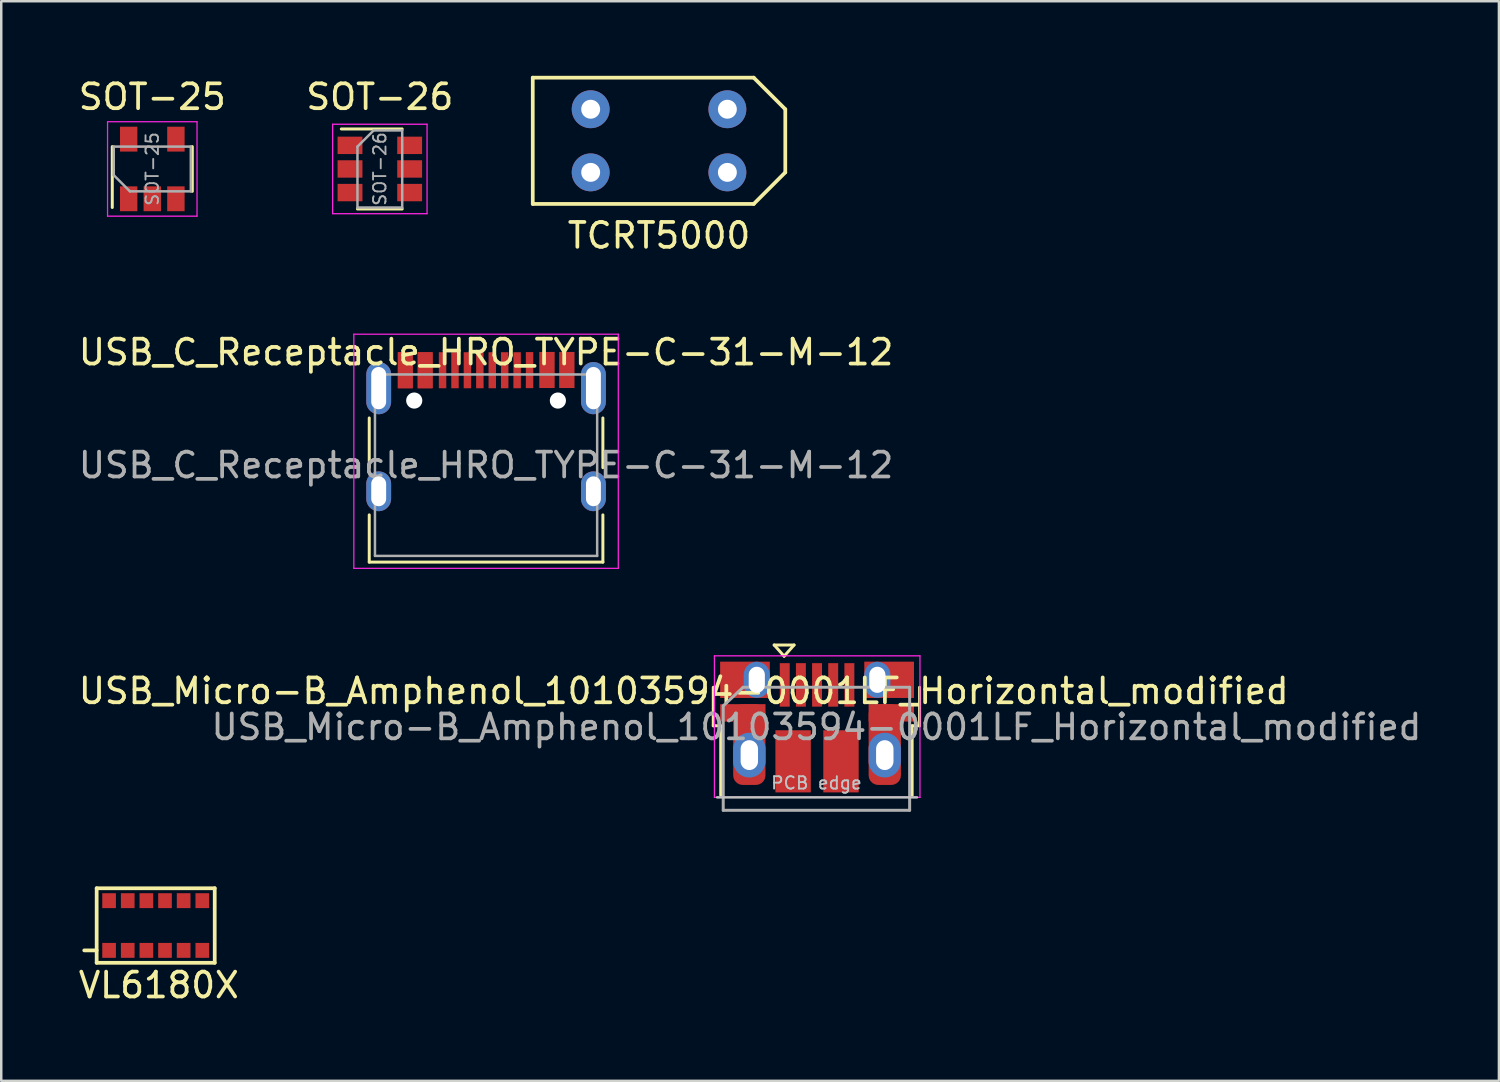
<source format=kicad_pcb>
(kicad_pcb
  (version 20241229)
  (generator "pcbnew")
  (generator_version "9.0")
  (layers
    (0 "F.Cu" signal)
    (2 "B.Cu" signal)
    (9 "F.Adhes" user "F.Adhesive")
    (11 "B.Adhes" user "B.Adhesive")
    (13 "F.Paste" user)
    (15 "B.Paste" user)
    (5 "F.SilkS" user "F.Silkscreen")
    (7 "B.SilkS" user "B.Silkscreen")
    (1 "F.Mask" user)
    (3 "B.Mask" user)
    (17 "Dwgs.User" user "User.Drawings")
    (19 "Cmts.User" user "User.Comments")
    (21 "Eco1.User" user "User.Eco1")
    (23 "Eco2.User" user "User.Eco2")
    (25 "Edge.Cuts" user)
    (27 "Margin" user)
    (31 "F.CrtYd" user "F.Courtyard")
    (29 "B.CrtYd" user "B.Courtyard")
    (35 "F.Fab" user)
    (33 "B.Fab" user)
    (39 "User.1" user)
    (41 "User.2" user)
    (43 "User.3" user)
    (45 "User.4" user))
  (footprint "SOT-25"
    (layer "F.Cu")
    (at 3.077 3.748)
    (property "Reference" "SOT-25" (at 0 -2.9 0) (layer "F.SilkS") (effects (font (size 1 1) (thickness 0.15))))
    (attr smd)
    (fp_line (start -1.61 -0.9) (end -1.61 1.55) (stroke (width 0.12) (type solid)) (layer "F.SilkS"))
    (fp_line (start 1.61 0.9) (end 1.61 -0.9) (stroke (width 0.12) (type solid)) (layer "F.SilkS"))
    (fp_line (start -1.8 -1.9) (end 1.8 -1.9) (stroke (width 0.05) (type solid)) (layer "F.CrtYd"))
    (fp_line (start -1.8 1.9) (end -1.8 -1.9) (stroke (width 0.05) (type solid)) (layer "F.CrtYd"))
    (fp_line (start 1.8 -1.9) (end 1.8 1.9) (stroke (width 0.05) (type solid)) (layer "F.CrtYd"))
    (fp_line (start 1.8 1.9) (end -1.8 1.9) (stroke (width 0.05) (type solid)) (layer "F.CrtYd"))
    (fp_line (start -1.55 -0.9) (end -1.55 0.25) (stroke (width 0.1) (type solid)) (layer "F.Fab"))
    (fp_line (start -1.55 -0.9) (end 1.55 -0.9) (stroke (width 0.1) (type solid)) (layer "F.Fab"))
    (fp_line (start -0.9 0.9) (end -1.55 0.25) (stroke (width 0.1) (type solid)) (layer "F.Fab"))
    (fp_line (start -0.9 0.9) (end 1.55 0.9) (stroke (width 0.1) (type solid)) (layer "F.Fab"))
    (fp_line (start 1.55 -0.9) (end 1.55 0.9) (stroke (width 0.1) (type solid)) (layer "F.Fab"))
    (fp_text user "${REFERENCE}" (at 0 0 90) (layer "F.Fab") (effects (font (size 0.5 0.5) (thickness 0.075))))
    (pad "1" smd rect (at -0.95 1.2 90) (size 1 0.7) (layers "F.Cu" "F.Mask" "F.Paste"))
    (pad "2" smd rect (at 0 1.2 90) (size 1 0.7) (layers "F.Cu" "F.Mask" "F.Paste"))
    (pad "3" smd rect (at 0.95 1.2 90) (size 1 0.7) (layers "F.Cu" "F.Mask" "F.Paste"))
    (pad "4" smd rect (at 0.95 -1.2 90) (size 1 0.7) (layers "F.Cu" "F.Mask" "F.Paste"))
    (pad "5" smd rect (at -0.95 -1.2 90) (size 1 0.7) (layers "F.Cu" "F.Mask" "F.Paste")))
  (footprint "SOT-26"
    (layer "F.Cu")
    (at 12.232 3.748)
    (property "Reference" "SOT-26" (at 0 -2.9 0) (layer "F.SilkS") (effects (font (size 1 1) (thickness 0.15))))
    (attr smd)
    (fp_line (start -0.9 1.61) (end 0.9 1.61) (stroke (width 0.12) (type solid)) (layer "F.SilkS"))
    (fp_line (start 0.9 -1.61) (end -1.55 -1.61) (stroke (width 0.12) (type solid)) (layer "F.SilkS"))
    (fp_line (start -1.9 -1.8) (end -1.9 1.8) (stroke (width 0.05) (type solid)) (layer "F.CrtYd"))
    (fp_line (start -1.9 1.8) (end 1.9 1.8) (stroke (width 0.05) (type solid)) (layer "F.CrtYd"))
    (fp_line (start 1.9 -1.8) (end -1.9 -1.8) (stroke (width 0.05) (type solid)) (layer "F.CrtYd"))
    (fp_line (start 1.9 1.8) (end 1.9 -1.8) (stroke (width 0.05) (type solid)) (layer "F.CrtYd"))
    (fp_line (start -0.9 -0.9) (end -0.9 1.55) (stroke (width 0.1) (type solid)) (layer "F.Fab"))
    (fp_line (start -0.9 -0.9) (end -0.25 -1.55) (stroke (width 0.1) (type solid)) (layer "F.Fab"))
    (fp_line (start 0.9 -1.55) (end -0.25 -1.55) (stroke (width 0.1) (type solid)) (layer "F.Fab"))
    (fp_line (start 0.9 -1.55) (end 0.9 1.55) (stroke (width 0.1) (type solid)) (layer "F.Fab"))
    (fp_line (start 0.9 1.55) (end -0.9 1.55) (stroke (width 0.1) (type solid)) (layer "F.Fab"))
    (fp_text user "${REFERENCE}" (at 0 0 90) (layer "F.Fab") (effects (font (size 0.5 0.5) (thickness 0.075))))
    (pad "1" smd rect (at -1.2 -0.95) (size 1 0.7) (layers "F.Cu" "F.Mask" "F.Paste"))
    (pad "2" smd rect (at -1.2 0) (size 1 0.7) (layers "F.Cu" "F.Mask" "F.Paste"))
    (pad "3" smd rect (at -1.2 0.95) (size 1 0.7) (layers "F.Cu" "F.Mask" "F.Paste"))
    (pad "4" smd rect (at 1.2 0.95) (size 1 0.7) (layers "F.Cu" "F.Mask" "F.Paste"))
    (pad "5" smd rect (at 1.2 0) (size 1 0.7) (layers "F.Cu" "F.Mask" "F.Paste"))
    (pad "6" smd rect (at 1.2 -0.95) (size 1 0.7) (layers "F.Cu" "F.Mask" "F.Paste")))
  (footprint "TCRT5000"
    (layer "F.Cu")
    (at 23.465 2.615)
    (property "Reference" "TCRT5000" (at 0 3.81 0) (layer "F.SilkS") (effects (font (size 1 1) (thickness 0.15))))
    (attr through_hole)
    (fp_line (start -5.08 -2.54) (end -5.08 2.54) (stroke (width 0.15) (type solid)) (layer "F.SilkS"))
    (fp_line (start -5.08 2.54) (end 3.81 2.54) (stroke (width 0.15) (type solid)) (layer "F.SilkS"))
    (fp_line (start 3.81 -2.54) (end -5.08 -2.54) (stroke (width 0.15) (type solid)) (layer "F.SilkS"))
    (fp_line (start 3.81 2.54) (end 5.08 1.27) (stroke (width 0.15) (type solid)) (layer "F.SilkS"))
    (fp_line (start 5.08 -1.27) (end 3.81 -2.54) (stroke (width 0.15) (type solid)) (layer "F.SilkS"))
    (fp_line (start 5.08 1.27) (end 5.08 -1.27) (stroke (width 0.15) (type solid)) (layer "F.SilkS"))
    (pad "1" thru_hole circle (at -2.75 -1.27) (size 1.524 1.524) (drill 0.762) (layers "*.Cu" "*.Mask"))
    (pad "2" thru_hole circle (at 2.75 -1.27) (size 1.524 1.524) (drill 0.762) (layers "*.Cu" "*.Mask"))
    (pad "3" thru_hole circle (at -2.75 1.27) (size 1.524 1.524) (drill 0.762) (layers "*.Cu" "*.Mask"))
    (pad "4" thru_hole circle (at 2.75 1.27) (size 1.524 1.524) (drill 0.762) (layers "*.Cu" "*.Mask")))
  (footprint "USB_C_Receptacle_HRO_TYPE-C-31-M-12"
    (layer "F.Cu")
    (at 16.506 16.716)
    (property "Reference" "USB_C_Receptacle_HRO_TYPE-C-31-M-12" (at 0 -5.595 180) (layer "F.SilkS") (effects (font (size 1 1) (thickness 0.15))))
    (attr smd)
    (fp_line (start -4.7 -2.95) (end -4.7 -0.95) (stroke (width 0.12) (type solid)) (layer "F.SilkS"))
    (fp_line (start -4.7 0.95) (end -4.7 2.85) (stroke (width 0.12) (type solid)) (layer "F.SilkS"))
    (fp_line (start -4.7 2.85) (end 4.7 2.85) (stroke (width 0.12) (type solid)) (layer "F.SilkS"))
    (fp_line (start 4.7 -2.95) (end 4.7 -0.95) (stroke (width 0.12) (type solid)) (layer "F.SilkS"))
    (fp_line (start 4.7 0.95) (end 4.7 2.85) (stroke (width 0.12) (type solid)) (layer "F.SilkS"))
    (fp_line (start -5.32 -6.32) (end -5.32 3.1) (stroke (width 0.05) (type solid)) (layer "F.CrtYd"))
    (fp_line (start -5.32 -6.32) (end 5.32 -6.32) (stroke (width 0.05) (type solid)) (layer "F.CrtYd"))
    (fp_line (start -5.32 3.1) (end 5.32 3.1) (stroke (width 0.05) (type solid)) (layer "F.CrtYd"))
    (fp_line (start 5.32 -6.32) (end 5.32 3.1) (stroke (width 0.05) (type solid)) (layer "F.CrtYd"))
    (fp_line (start -4.47 -4.7) (end -4.47 2.6) (stroke (width 0.1) (type solid)) (layer "F.Fab"))
    (fp_line (start -4.47 -4.7) (end 4.47 -4.7) (stroke (width 0.1) (type solid)) (layer "F.Fab"))
    (fp_line (start -4.47 2.6) (end 4.47 2.6) (stroke (width 0.1) (type solid)) (layer "F.Fab"))
    (fp_line (start 4.47 -4.7) (end 4.47 2.6) (stroke (width 0.1) (type solid)) (layer "F.Fab"))
    (fp_text user "${REFERENCE}" (at 0 -1.05 180) (layer "F.Fab") (effects (font (size 1 1) (thickness 0.15))))
    (pad "" np_thru_hole circle (at -2.89 -3.65) (size 0.65 0.65) (drill 0.65) (layers "*.Cu" "*.Mask"))
    (pad "" np_thru_hole circle (at 2.89 -3.65) (size 0.65 0.65) (drill 0.65) (layers "*.Cu" "*.Mask"))
    (pad "A1" smd rect (at -3.25 -4.87) (size 0.6 1.45) (layers "F.Cu" "F.Mask" "F.Paste"))
    (pad "A4" smd rect (at -2.45 -4.87) (size 0.6 1.45) (layers "F.Cu" "F.Mask" "F.Paste"))
    (pad "A5" smd rect (at -1.25 -4.87) (size 0.3 1.45) (layers "F.Cu" "F.Mask" "F.Paste"))
    (pad "A6" smd rect (at -0.25 -4.87) (size 0.3 1.45) (layers "F.Cu" "F.Mask" "F.Paste"))
    (pad "A7" smd rect (at 0.25 -4.87) (size 0.3 1.45) (layers "F.Cu" "F.Mask" "F.Paste"))
    (pad "A8" smd rect (at 1.25 -4.87) (size 0.3 1.45) (layers "F.Cu" "F.Mask" "F.Paste"))
    (pad "A9" smd rect (at 2.45 -4.88) (size 0.6 1.45) (layers "F.Cu" "F.Mask" "F.Paste"))
    (pad "A12" smd rect (at 3.25 -4.88) (size 0.6 1.45) (layers "F.Cu" "F.Mask" "F.Paste"))
    (pad "B1" smd rect (at 3.25 -4.88) (size 0.6 1.45) (layers "F.Cu" "F.Mask" "F.Paste"))
    (pad "B4" smd rect (at 2.45 -4.88) (size 0.6 1.45) (layers "F.Cu" "F.Mask" "F.Paste"))
    (pad "B5" smd rect (at 1.75 -4.875) (size 0.3 1.45) (layers "F.Cu" "F.Mask" "F.Paste"))
    (pad "B6" smd rect (at 0.75 -4.87) (size 0.3 1.45) (layers "F.Cu" "F.Mask" "F.Paste"))
    (pad "B7" smd rect (at -0.75 -4.87) (size 0.3 1.45) (layers "F.Cu" "F.Mask" "F.Paste"))
    (pad "B8" smd rect (at -1.75 -4.87) (size 0.3 1.45) (layers "F.Cu" "F.Mask" "F.Paste"))
    (pad "B9" smd rect (at -2.45 -4.87) (size 0.6 1.45) (layers "F.Cu" "F.Mask" "F.Paste"))
    (pad "B12" smd rect (at -3.25 -4.87) (size 0.6 1.45) (layers "F.Cu" "F.Mask" "F.Paste"))
    (pad "S1" thru_hole oval (at -4.32 -4.15) (size 1 2.1) (drill oval 0.6 1.7) (layers "*.Cu" "*.Mask"))
    (pad "S1" thru_hole oval (at -4.32 0) (size 1 1.6) (drill oval 0.6 1.2) (layers "*.Cu" "*.Mask"))
    (pad "S1" thru_hole oval (at 4.32 -4.15) (size 1 2.1) (drill oval 0.6 1.7) (layers "*.Cu" "*.Mask"))
    (pad "S1" thru_hole oval (at 4.32 0) (size 1 1.6) (drill oval 0.6 1.2) (layers "*.Cu" "*.Mask")))
  (footprint "VL6180X"
    (layer "F.Cu")
    (at 3.339 34.187)
    (property "Reference" "VL6180X" (at 0 2.4 0) (layer "F.SilkS") (effects (font (size 1 1) (thickness 0.15))))
    (attr smd)
    (fp_line (start -3 1) (end -2.5 1) (stroke (width 0.15) (type solid)) (layer "F.SilkS"))
    (fp_line (start -2.5 -1.5) (end 2.25 -1.5) (stroke (width 0.15) (type solid)) (layer "F.SilkS"))
    (fp_line (start -2.5 1.5) (end -2.5 -1.5) (stroke (width 0.15) (type solid)) (layer "F.SilkS"))
    (fp_line (start 2.25 -1.5) (end 2.25 1.5) (stroke (width 0.15) (type solid)) (layer "F.SilkS"))
    (fp_line (start 2.25 1.5) (end -2.5 1.5) (stroke (width 0.15) (type solid)) (layer "F.SilkS"))
    (pad "1" smd rect (at -2 1) (size 0.55 0.6) (layers "F.Cu" "F.Mask" "F.Paste"))
    (pad "2" smd rect (at -1.25 1) (size 0.55 0.6) (layers "F.Cu" "F.Mask" "F.Paste"))
    (pad "3" smd rect (at -0.5 1) (size 0.55 0.6) (layers "F.Cu" "F.Mask" "F.Paste"))
    (pad "4" smd rect (at 0.25 1) (size 0.55 0.6) (layers "F.Cu" "F.Mask" "F.Paste"))
    (pad "5" smd rect (at 1 1) (size 0.55 0.6) (layers "F.Cu" "F.Mask" "F.Paste"))
    (pad "6" smd rect (at 1.75 1) (size 0.55 0.6) (layers "F.Cu" "F.Mask" "F.Paste"))
    (pad "7" smd rect (at 1.75 -1) (size 0.55 0.6) (layers "F.Cu" "F.Mask" "F.Paste"))
    (pad "8" smd rect (at 1 -1) (size 0.55 0.6) (layers "F.Cu" "F.Mask" "F.Paste"))
    (pad "9" smd rect (at 0.25 -1) (size 0.55 0.6) (layers "F.Cu" "F.Mask" "F.Paste"))
    (pad "10" smd rect (at -0.5 -1) (size 0.55 0.6) (layers "F.Cu" "F.Mask" "F.Paste"))
    (pad "11" smd rect (at -1.25 -1) (size 0.55 0.6) (layers "F.Cu" "F.Mask" "F.Paste"))
    (pad "12" smd rect (at -2 -1) (size 0.55 0.6) (layers "F.Cu" "F.Mask" "F.Paste")))
  (footprint "USB_Micro-B_Amphenol_10103594-0001LF_Horizontal_modified"
    (layer "F.Cu")
    (at 29.823 27.331)
    (property "Reference" "USB_Micro-B_Amphenol_10103594-0001LF_Horizontal_modified" (at -5.365 -2.58 180) (layer "F.SilkS") (effects (font (size 1 1) (thickness 0.15))))
    (attr smd)
    (fp_line (start -4.175 -1.18) (end -4.175 -2.73) (stroke (width 0.12) (type solid)) (layer "F.SilkS"))
    (fp_line (start -4.175 -1.18) (end -3.875 -1.18) (stroke (width 0.12) (type solid)) (layer "F.SilkS"))
    (fp_line (start -3.875 1.62) (end -3.875 -1.18) (stroke (width 0.12) (type solid)) (layer "F.SilkS"))
    (fp_line (start -1.725 -4.43) (end -0.925 -4.43) (stroke (width 0.12) (type solid)) (layer "F.SilkS"))
    (fp_line (start -1.325 -3.98) (end -1.725 -4.43) (stroke (width 0.12) (type solid)) (layer "F.SilkS"))
    (fp_line (start -0.925 -4.43) (end -1.325 -3.98) (stroke (width 0.12) (type solid)) (layer "F.SilkS"))
    (fp_line (start 3.825 -1.18) (end 4.125 -1.18) (stroke (width 0.12) (type solid)) (layer "F.SilkS"))
    (fp_line (start 3.825 1.62) (end 3.825 -1.18) (stroke (width 0.12) (type solid)) (layer "F.SilkS"))
    (fp_line (start 4.125 -1.18) (end 4.125 -2.73) (stroke (width 0.12) (type solid)) (layer "F.SilkS"))
    (fp_line (start -4.02 1.7) (end 4.02 1.7) (stroke (width 0.1) (type solid)) (layer "Dwgs.User"))
    (fp_line (start -4.13 -3.995) (end -4.13 1.7) (stroke (width 0.05) (type solid)) (layer "F.CrtYd"))
    (fp_line (start -4.13 -3.995) (end 4.14 -3.995) (stroke (width 0.05) (type solid)) (layer "F.CrtYd"))
    (fp_line (start 4.14 1.7) (end -4.13 1.7) (stroke (width 0.05) (type solid)) (layer "F.CrtYd"))
    (fp_line (start 4.14 1.7) (end 4.14 -3.995) (stroke (width 0.05) (type solid)) (layer "F.CrtYd"))
    (fp_line (start -3.775 -1.98) (end -2.975 -2.73) (stroke (width 0.12) (type solid)) (layer "F.Fab"))
    (fp_line (start -3.775 2.22) (end -3.775 -1.98) (stroke (width 0.12) (type solid)) (layer "F.Fab"))
    (fp_line (start -2.975 -2.73) (end 3.725 -2.73) (stroke (width 0.12) (type solid)) (layer "F.Fab"))
    (fp_line (start 3.725 -2.73) (end 3.725 2.22) (stroke (width 0.12) (type solid)) (layer "F.Fab"))
    (fp_line (start 3.725 2.22) (end -3.775 2.22) (stroke (width 0.12) (type solid)) (layer "F.Fab"))
    (fp_text user "PCB edge" (at -0.025 1.12 180) (layer "Dwgs.User") (effects (font (size 0.5 0.5) (thickness 0.075))))
    (fp_text user "${REFERENCE}" (at -0.025 -1.13 180) (layer "F.Fab") (effects (font (size 1 1) (thickness 0.15))))
    (pad "1" smd rect (at -1.3 -2.825 90) (size 1.75 0.4) (layers "F.Cu" "F.Mask" "F.Paste"))
    (pad "2" smd rect (at -0.65 -2.825 90) (size 1.75 0.4) (layers "F.Cu" "F.Mask" "F.Paste"))
    (pad "3" smd rect (at 0 -2.825 90) (size 1.75 0.4) (layers "F.Cu" "F.Mask" "F.Paste"))
    (pad "4" smd rect (at 0.65 -2.825 90) (size 1.75 0.4) (layers "F.Cu" "F.Mask" "F.Paste"))
    (pad "5" smd rect (at 1.3 -2.825 90) (size 1.75 0.4) (layers "F.Cu" "F.Mask" "F.Paste"))
    (pad "6" smd rect (at -2.987 -1.7) (size 1.825 0.7) (layers "F.Cu" "F.Mask" "F.Paste"))
    (pad "6" smd rect (at -2.9 -3.03) (size 2 1.46) (layers "F.Cu" "F.Mask" "F.Paste"))
    (pad "6" smd roundrect (at -2.725 -0.425) (size 1.3 3.25) (layers "F.Cu" "F.Mask" "F.Paste") (roundrect_rratio 0.296))
    (pad "6" thru_hole oval (at -2.725 0 90) (size 1.8 1.3) (drill oval 1.2 0.7) (layers "*.Cu" "*.Mask"))
    (pad "6" thru_hole oval (at -2.425 -3.03 90) (size 1.45 1.05) (drill oval 1.05 0.65) (layers "*.Cu" "*.Mask"))
    (pad "6" smd rect (at -0.963 0.25 90) (size 2.5 1.425) (layers "F.Cu" "F.Mask" "F.Paste"))
    (pad "6" smd rect (at 0.963 0.25 90) (size 2.5 1.425) (layers "F.Cu" "F.Mask" "F.Paste"))
    (pad "6" thru_hole oval (at 2.425 -3.03 90) (size 1.45 1.05) (drill oval 1.05 0.65) (layers "*.Cu" "*.Mask"))
    (pad "6" smd roundrect (at 2.725 -0.425) (size 1.3 3.25) (layers "F.Cu" "F.Mask" "F.Paste") (roundrect_rratio 0.296))
    (pad "6" thru_hole oval (at 2.725 0 90) (size 1.8 1.3) (drill oval 1.2 0.7) (layers "*.Cu" "*.Mask"))
    (pad "6" smd rect (at 2.9 -3.03) (size 2 1.46) (layers "F.Cu" "F.Mask" "F.Paste"))
    (pad "6" smd rect (at 2.987 -1.7) (size 1.825 0.7) (layers "F.Cu" "F.Mask" "F.Paste")))
  (gr_rect
    (start -3 -3)
    (end 57.257 40.435)
    (stroke (width 0.1) (type default))
    (fill no)
    (layer "Edge.Cuts")))
</source>
